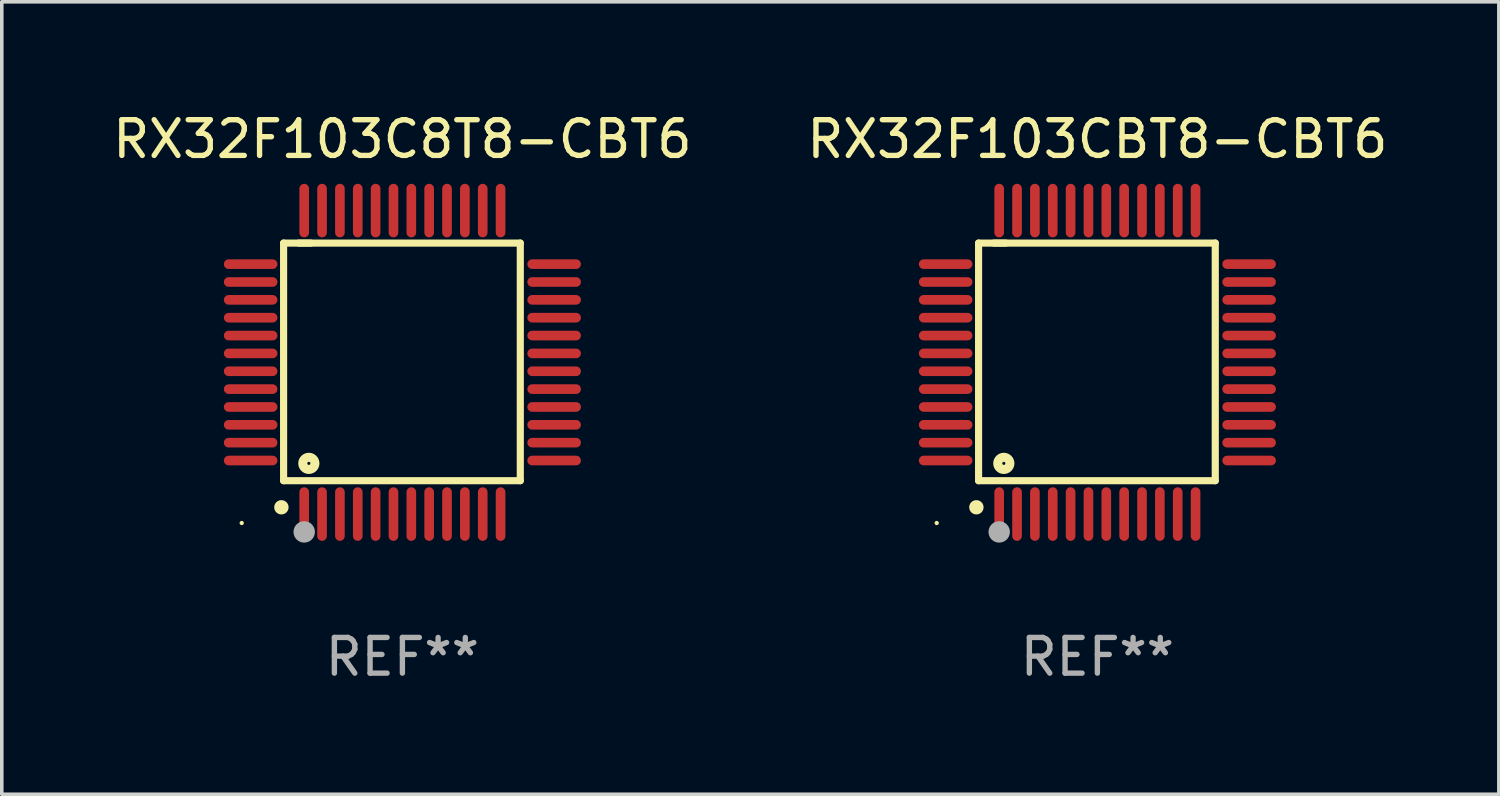
<source format=kicad_pcb>
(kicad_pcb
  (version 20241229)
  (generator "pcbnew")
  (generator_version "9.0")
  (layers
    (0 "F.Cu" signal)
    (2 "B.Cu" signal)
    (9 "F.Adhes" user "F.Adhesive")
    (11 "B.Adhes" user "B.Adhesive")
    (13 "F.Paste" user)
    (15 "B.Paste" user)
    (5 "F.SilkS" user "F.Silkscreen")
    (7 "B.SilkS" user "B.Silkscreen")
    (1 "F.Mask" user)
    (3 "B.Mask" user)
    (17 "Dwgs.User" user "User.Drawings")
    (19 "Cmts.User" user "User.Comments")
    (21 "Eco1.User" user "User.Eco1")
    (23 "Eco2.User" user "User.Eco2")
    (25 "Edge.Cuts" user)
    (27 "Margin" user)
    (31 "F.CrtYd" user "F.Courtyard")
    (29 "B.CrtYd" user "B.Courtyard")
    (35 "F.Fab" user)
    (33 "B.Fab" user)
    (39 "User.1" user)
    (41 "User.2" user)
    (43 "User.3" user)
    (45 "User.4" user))
  (footprint "RX32F103C8T8-CBT6"
    (layer "F.Cu")
    (at 8.22 7.098)
    (property "Reference" "RX32F103C8T8-CBT6" (at 0 -6.25 0) (layer "F.SilkS") (effects (font (size 1 1) (thickness 0.15))))
    (attr through_hole)
    (fp_line (start -3.327 -3.34) (end -2.565 -3.34) (stroke (width 0.2) (type solid)) (layer "F.SilkS"))
    (fp_line (start -3.327 3.315) (end -3.327 -3.34) (stroke (width 0.2) (type solid)) (layer "F.SilkS"))
    (fp_line (start -2.896 -3.34) (end 3.302 -3.34) (stroke (width 0.2) (type solid)) (layer "F.SilkS"))
    (fp_line (start 3.302 -3.34) (end 3.302 3.315) (stroke (width 0.2) (type solid)) (layer "F.SilkS"))
    (fp_line (start 3.302 3.315) (end -3.327 3.315) (stroke (width 0.2) (type solid)) (layer "F.SilkS"))
    (fp_arc (start -3.389992 4.059995) (mid -3.388722 4.059991) (end -3.387452 4.059995) (stroke (width 0.4) (type solid)) (layer "F.SilkS"))
    (fp_circle (center -4.5 4.5) (end -4.47 4.5) (stroke (width 0.06) (type solid)) (fill no) (layer "F.SilkS"))
    (fp_circle (center -2.62 2.83) (end -2.45 2.83) (stroke (width 0.254) (type solid)) (fill no) (layer "F.SilkS"))
    (fp_circle (center -2.75 4.75) (end -2.6 4.75) (stroke (width 0.3) (type solid)) (fill no) (layer "F.Fab"))
    (fp_text user "REF**" (at 0 8.25 0) (layer "F.Fab") (effects (font (size 1 1) (thickness 0.15))))
    (pad "1" smd oval (at -2.75 4.25) (size 0.27 1.5) (layers "F.Cu" "F.Mask" "F.Paste"))
    (pad "2" smd oval (at -2.25 4.25) (size 0.27 1.5) (layers "F.Cu" "F.Mask" "F.Paste"))
    (pad "3" smd oval (at -1.75 4.25) (size 0.27 1.5) (layers "F.Cu" "F.Mask" "F.Paste"))
    (pad "4" smd oval (at -1.25 4.25) (size 0.27 1.5) (layers "F.Cu" "F.Mask" "F.Paste"))
    (pad "5" smd oval (at -0.75 4.25) (size 0.27 1.5) (layers "F.Cu" "F.Mask" "F.Paste"))
    (pad "6" smd oval (at -0.25 4.25) (size 0.27 1.5) (layers "F.Cu" "F.Mask" "F.Paste"))
    (pad "7" smd oval (at 0.25 4.25) (size 0.27 1.5) (layers "F.Cu" "F.Mask" "F.Paste"))
    (pad "8" smd oval (at 0.75 4.25) (size 0.27 1.5) (layers "F.Cu" "F.Mask" "F.Paste"))
    (pad "9" smd oval (at 1.25 4.25) (size 0.27 1.5) (layers "F.Cu" "F.Mask" "F.Paste"))
    (pad "10" smd oval (at 1.75 4.25) (size 0.27 1.5) (layers "F.Cu" "F.Mask" "F.Paste"))
    (pad "11" smd oval (at 2.25 4.25) (size 0.27 1.5) (layers "F.Cu" "F.Mask" "F.Paste"))
    (pad "12" smd oval (at 2.75 4.25) (size 0.27 1.5) (layers "F.Cu" "F.Mask" "F.Paste"))
    (pad "13" smd oval (at 4.25 2.75) (size 1.5 0.27) (layers "F.Cu" "F.Mask" "F.Paste"))
    (pad "14" smd oval (at 4.25 2.25) (size 1.5 0.27) (layers "F.Cu" "F.Mask" "F.Paste"))
    (pad "15" smd oval (at 4.25 1.75) (size 1.5 0.27) (layers "F.Cu" "F.Mask" "F.Paste"))
    (pad "16" smd oval (at 4.25 1.25) (size 1.5 0.27) (layers "F.Cu" "F.Mask" "F.Paste"))
    (pad "17" smd oval (at 4.25 0.75) (size 1.5 0.27) (layers "F.Cu" "F.Mask" "F.Paste"))
    (pad "18" smd oval (at 4.25 0.25) (size 1.5 0.27) (layers "F.Cu" "F.Mask" "F.Paste"))
    (pad "19" smd oval (at 4.25 -0.25) (size 1.5 0.27) (layers "F.Cu" "F.Mask" "F.Paste"))
    (pad "20" smd oval (at 4.25 -0.75) (size 1.5 0.27) (layers "F.Cu" "F.Mask" "F.Paste"))
    (pad "21" smd oval (at 4.25 -1.25) (size 1.5 0.27) (layers "F.Cu" "F.Mask" "F.Paste"))
    (pad "22" smd oval (at 4.25 -1.75) (size 1.5 0.27) (layers "F.Cu" "F.Mask" "F.Paste"))
    (pad "23" smd oval (at 4.25 -2.25) (size 1.5 0.27) (layers "F.Cu" "F.Mask" "F.Paste"))
    (pad "24" smd oval (at 4.25 -2.75) (size 1.5 0.27) (layers "F.Cu" "F.Mask" "F.Paste"))
    (pad "25" smd oval (at 2.75 -4.25) (size 0.27 1.5) (layers "F.Cu" "F.Mask" "F.Paste"))
    (pad "26" smd oval (at 2.25 -4.25) (size 0.27 1.5) (layers "F.Cu" "F.Mask" "F.Paste"))
    (pad "27" smd oval (at 1.75 -4.25) (size 0.27 1.5) (layers "F.Cu" "F.Mask" "F.Paste"))
    (pad "28" smd oval (at 1.25 -4.25) (size 0.27 1.5) (layers "F.Cu" "F.Mask" "F.Paste"))
    (pad "29" smd oval (at 0.75 -4.25) (size 0.27 1.5) (layers "F.Cu" "F.Mask" "F.Paste"))
    (pad "30" smd oval (at 0.25 -4.25) (size 0.27 1.5) (layers "F.Cu" "F.Mask" "F.Paste"))
    (pad "31" smd oval (at -0.25 -4.25) (size 0.27 1.5) (layers "F.Cu" "F.Mask" "F.Paste"))
    (pad "32" smd oval (at -0.75 -4.25) (size 0.27 1.5) (layers "F.Cu" "F.Mask" "F.Paste"))
    (pad "33" smd oval (at -1.25 -4.25) (size 0.27 1.5) (layers "F.Cu" "F.Mask" "F.Paste"))
    (pad "34" smd oval (at -1.75 -4.25) (size 0.27 1.5) (layers "F.Cu" "F.Mask" "F.Paste"))
    (pad "35" smd oval (at -2.25 -4.25) (size 0.27 1.5) (layers "F.Cu" "F.Mask" "F.Paste"))
    (pad "36" smd oval (at -2.75 -4.25) (size 0.27 1.5) (layers "F.Cu" "F.Mask" "F.Paste"))
    (pad "37" smd oval (at -4.25 -2.75) (size 1.5 0.27) (layers "F.Cu" "F.Mask" "F.Paste"))
    (pad "38" smd oval (at -4.25 -2.25) (size 1.5 0.27) (layers "F.Cu" "F.Mask" "F.Paste"))
    (pad "39" smd oval (at -4.25 -1.75) (size 1.5 0.27) (layers "F.Cu" "F.Mask" "F.Paste"))
    (pad "40" smd oval (at -4.25 -1.25) (size 1.5 0.27) (layers "F.Cu" "F.Mask" "F.Paste"))
    (pad "41" smd oval (at -4.25 -0.75) (size 1.5 0.27) (layers "F.Cu" "F.Mask" "F.Paste"))
    (pad "42" smd oval (at -4.25 -0.25) (size 1.5 0.27) (layers "F.Cu" "F.Mask" "F.Paste"))
    (pad "43" smd oval (at -4.25 0.25) (size 1.5 0.27) (layers "F.Cu" "F.Mask" "F.Paste"))
    (pad "44" smd oval (at -4.25 0.75) (size 1.5 0.27) (layers "F.Cu" "F.Mask" "F.Paste"))
    (pad "45" smd oval (at -4.25 1.25) (size 1.5 0.27) (layers "F.Cu" "F.Mask" "F.Paste"))
    (pad "46" smd oval (at -4.25 1.75) (size 1.5 0.27) (layers "F.Cu" "F.Mask" "F.Paste"))
    (pad "47" smd oval (at -4.25 2.25) (size 1.5 0.27) (layers "F.Cu" "F.Mask" "F.Paste"))
    (pad "48" smd oval (at -4.25 2.75) (size 1.5 0.27) (layers "F.Cu" "F.Mask" "F.Paste")))
  (footprint "RX32F103CBT8-CBT6"
    (layer "F.Cu")
    (at 27.685 7.098)
    (property "Reference" "RX32F103CBT8-CBT6" (at 0 -6.25 0) (layer "F.SilkS") (effects (font (size 1 1) (thickness 0.15))))
    (attr through_hole)
    (fp_line (start -3.327 -3.34) (end -2.565 -3.34) (stroke (width 0.2) (type solid)) (layer "F.SilkS"))
    (fp_line (start -3.327 3.315) (end -3.327 -3.34) (stroke (width 0.2) (type solid)) (layer "F.SilkS"))
    (fp_line (start -2.896 -3.34) (end 3.302 -3.34) (stroke (width 0.2) (type solid)) (layer "F.SilkS"))
    (fp_line (start 3.302 -3.34) (end 3.302 3.315) (stroke (width 0.2) (type solid)) (layer "F.SilkS"))
    (fp_line (start 3.302 3.315) (end -3.327 3.315) (stroke (width 0.2) (type solid)) (layer "F.SilkS"))
    (fp_arc (start -3.389992 4.059995) (mid -3.388722 4.059991) (end -3.387452 4.059995) (stroke (width 0.4) (type solid)) (layer "F.SilkS"))
    (fp_circle (center -4.5 4.5) (end -4.47 4.5) (stroke (width 0.06) (type solid)) (fill no) (layer "F.SilkS"))
    (fp_circle (center -2.62 2.83) (end -2.45 2.83) (stroke (width 0.254) (type solid)) (fill no) (layer "F.SilkS"))
    (fp_circle (center -2.75 4.75) (end -2.6 4.75) (stroke (width 0.3) (type solid)) (fill no) (layer "F.Fab"))
    (fp_text user "REF**" (at 0 8.25 0) (layer "F.Fab") (effects (font (size 1 1) (thickness 0.15))))
    (pad "1" smd oval (at -2.75 4.25) (size 0.27 1.5) (layers "F.Cu" "F.Mask" "F.Paste"))
    (pad "2" smd oval (at -2.25 4.25) (size 0.27 1.5) (layers "F.Cu" "F.Mask" "F.Paste"))
    (pad "3" smd oval (at -1.75 4.25) (size 0.27 1.5) (layers "F.Cu" "F.Mask" "F.Paste"))
    (pad "4" smd oval (at -1.25 4.25) (size 0.27 1.5) (layers "F.Cu" "F.Mask" "F.Paste"))
    (pad "5" smd oval (at -0.75 4.25) (size 0.27 1.5) (layers "F.Cu" "F.Mask" "F.Paste"))
    (pad "6" smd oval (at -0.25 4.25) (size 0.27 1.5) (layers "F.Cu" "F.Mask" "F.Paste"))
    (pad "7" smd oval (at 0.25 4.25) (size 0.27 1.5) (layers "F.Cu" "F.Mask" "F.Paste"))
    (pad "8" smd oval (at 0.75 4.25) (size 0.27 1.5) (layers "F.Cu" "F.Mask" "F.Paste"))
    (pad "9" smd oval (at 1.25 4.25) (size 0.27 1.5) (layers "F.Cu" "F.Mask" "F.Paste"))
    (pad "10" smd oval (at 1.75 4.25) (size 0.27 1.5) (layers "F.Cu" "F.Mask" "F.Paste"))
    (pad "11" smd oval (at 2.25 4.25) (size 0.27 1.5) (layers "F.Cu" "F.Mask" "F.Paste"))
    (pad "12" smd oval (at 2.75 4.25) (size 0.27 1.5) (layers "F.Cu" "F.Mask" "F.Paste"))
    (pad "13" smd oval (at 4.25 2.75) (size 1.5 0.27) (layers "F.Cu" "F.Mask" "F.Paste"))
    (pad "14" smd oval (at 4.25 2.25) (size 1.5 0.27) (layers "F.Cu" "F.Mask" "F.Paste"))
    (pad "15" smd oval (at 4.25 1.75) (size 1.5 0.27) (layers "F.Cu" "F.Mask" "F.Paste"))
    (pad "16" smd oval (at 4.25 1.25) (size 1.5 0.27) (layers "F.Cu" "F.Mask" "F.Paste"))
    (pad "17" smd oval (at 4.25 0.75) (size 1.5 0.27) (layers "F.Cu" "F.Mask" "F.Paste"))
    (pad "18" smd oval (at 4.25 0.25) (size 1.5 0.27) (layers "F.Cu" "F.Mask" "F.Paste"))
    (pad "19" smd oval (at 4.25 -0.25) (size 1.5 0.27) (layers "F.Cu" "F.Mask" "F.Paste"))
    (pad "20" smd oval (at 4.25 -0.75) (size 1.5 0.27) (layers "F.Cu" "F.Mask" "F.Paste"))
    (pad "21" smd oval (at 4.25 -1.25) (size 1.5 0.27) (layers "F.Cu" "F.Mask" "F.Paste"))
    (pad "22" smd oval (at 4.25 -1.75) (size 1.5 0.27) (layers "F.Cu" "F.Mask" "F.Paste"))
    (pad "23" smd oval (at 4.25 -2.25) (size 1.5 0.27) (layers "F.Cu" "F.Mask" "F.Paste"))
    (pad "24" smd oval (at 4.25 -2.75) (size 1.5 0.27) (layers "F.Cu" "F.Mask" "F.Paste"))
    (pad "25" smd oval (at 2.75 -4.25) (size 0.27 1.5) (layers "F.Cu" "F.Mask" "F.Paste"))
    (pad "26" smd oval (at 2.25 -4.25) (size 0.27 1.5) (layers "F.Cu" "F.Mask" "F.Paste"))
    (pad "27" smd oval (at 1.75 -4.25) (size 0.27 1.5) (layers "F.Cu" "F.Mask" "F.Paste"))
    (pad "28" smd oval (at 1.25 -4.25) (size 0.27 1.5) (layers "F.Cu" "F.Mask" "F.Paste"))
    (pad "29" smd oval (at 0.75 -4.25) (size 0.27 1.5) (layers "F.Cu" "F.Mask" "F.Paste"))
    (pad "30" smd oval (at 0.25 -4.25) (size 0.27 1.5) (layers "F.Cu" "F.Mask" "F.Paste"))
    (pad "31" smd oval (at -0.25 -4.25) (size 0.27 1.5) (layers "F.Cu" "F.Mask" "F.Paste"))
    (pad "32" smd oval (at -0.75 -4.25) (size 0.27 1.5) (layers "F.Cu" "F.Mask" "F.Paste"))
    (pad "33" smd oval (at -1.25 -4.25) (size 0.27 1.5) (layers "F.Cu" "F.Mask" "F.Paste"))
    (pad "34" smd oval (at -1.75 -4.25) (size 0.27 1.5) (layers "F.Cu" "F.Mask" "F.Paste"))
    (pad "35" smd oval (at -2.25 -4.25) (size 0.27 1.5) (layers "F.Cu" "F.Mask" "F.Paste"))
    (pad "36" smd oval (at -2.75 -4.25) (size 0.27 1.5) (layers "F.Cu" "F.Mask" "F.Paste"))
    (pad "37" smd oval (at -4.25 -2.75) (size 1.5 0.27) (layers "F.Cu" "F.Mask" "F.Paste"))
    (pad "38" smd oval (at -4.25 -2.25) (size 1.5 0.27) (layers "F.Cu" "F.Mask" "F.Paste"))
    (pad "39" smd oval (at -4.25 -1.75) (size 1.5 0.27) (layers "F.Cu" "F.Mask" "F.Paste"))
    (pad "40" smd oval (at -4.25 -1.25) (size 1.5 0.27) (layers "F.Cu" "F.Mask" "F.Paste"))
    (pad "41" smd oval (at -4.25 -0.75) (size 1.5 0.27) (layers "F.Cu" "F.Mask" "F.Paste"))
    (pad "42" smd oval (at -4.25 -0.25) (size 1.5 0.27) (layers "F.Cu" "F.Mask" "F.Paste"))
    (pad "43" smd oval (at -4.25 0.25) (size 1.5 0.27) (layers "F.Cu" "F.Mask" "F.Paste"))
    (pad "44" smd oval (at -4.25 0.75) (size 1.5 0.27) (layers "F.Cu" "F.Mask" "F.Paste"))
    (pad "45" smd oval (at -4.25 1.25) (size 1.5 0.27) (layers "F.Cu" "F.Mask" "F.Paste"))
    (pad "46" smd oval (at -4.25 1.75) (size 1.5 0.27) (layers "F.Cu" "F.Mask" "F.Paste"))
    (pad "47" smd oval (at -4.25 2.25) (size 1.5 0.27) (layers "F.Cu" "F.Mask" "F.Paste"))
    (pad "48" smd oval (at -4.25 2.75) (size 1.5 0.27) (layers "F.Cu" "F.Mask" "F.Paste")))
  (gr_rect
    (start -3 -3)
    (end 38.929 19.196)
    (stroke (width 0.1) (type default))
    (fill no)
    (layer "Edge.Cuts")))
</source>
